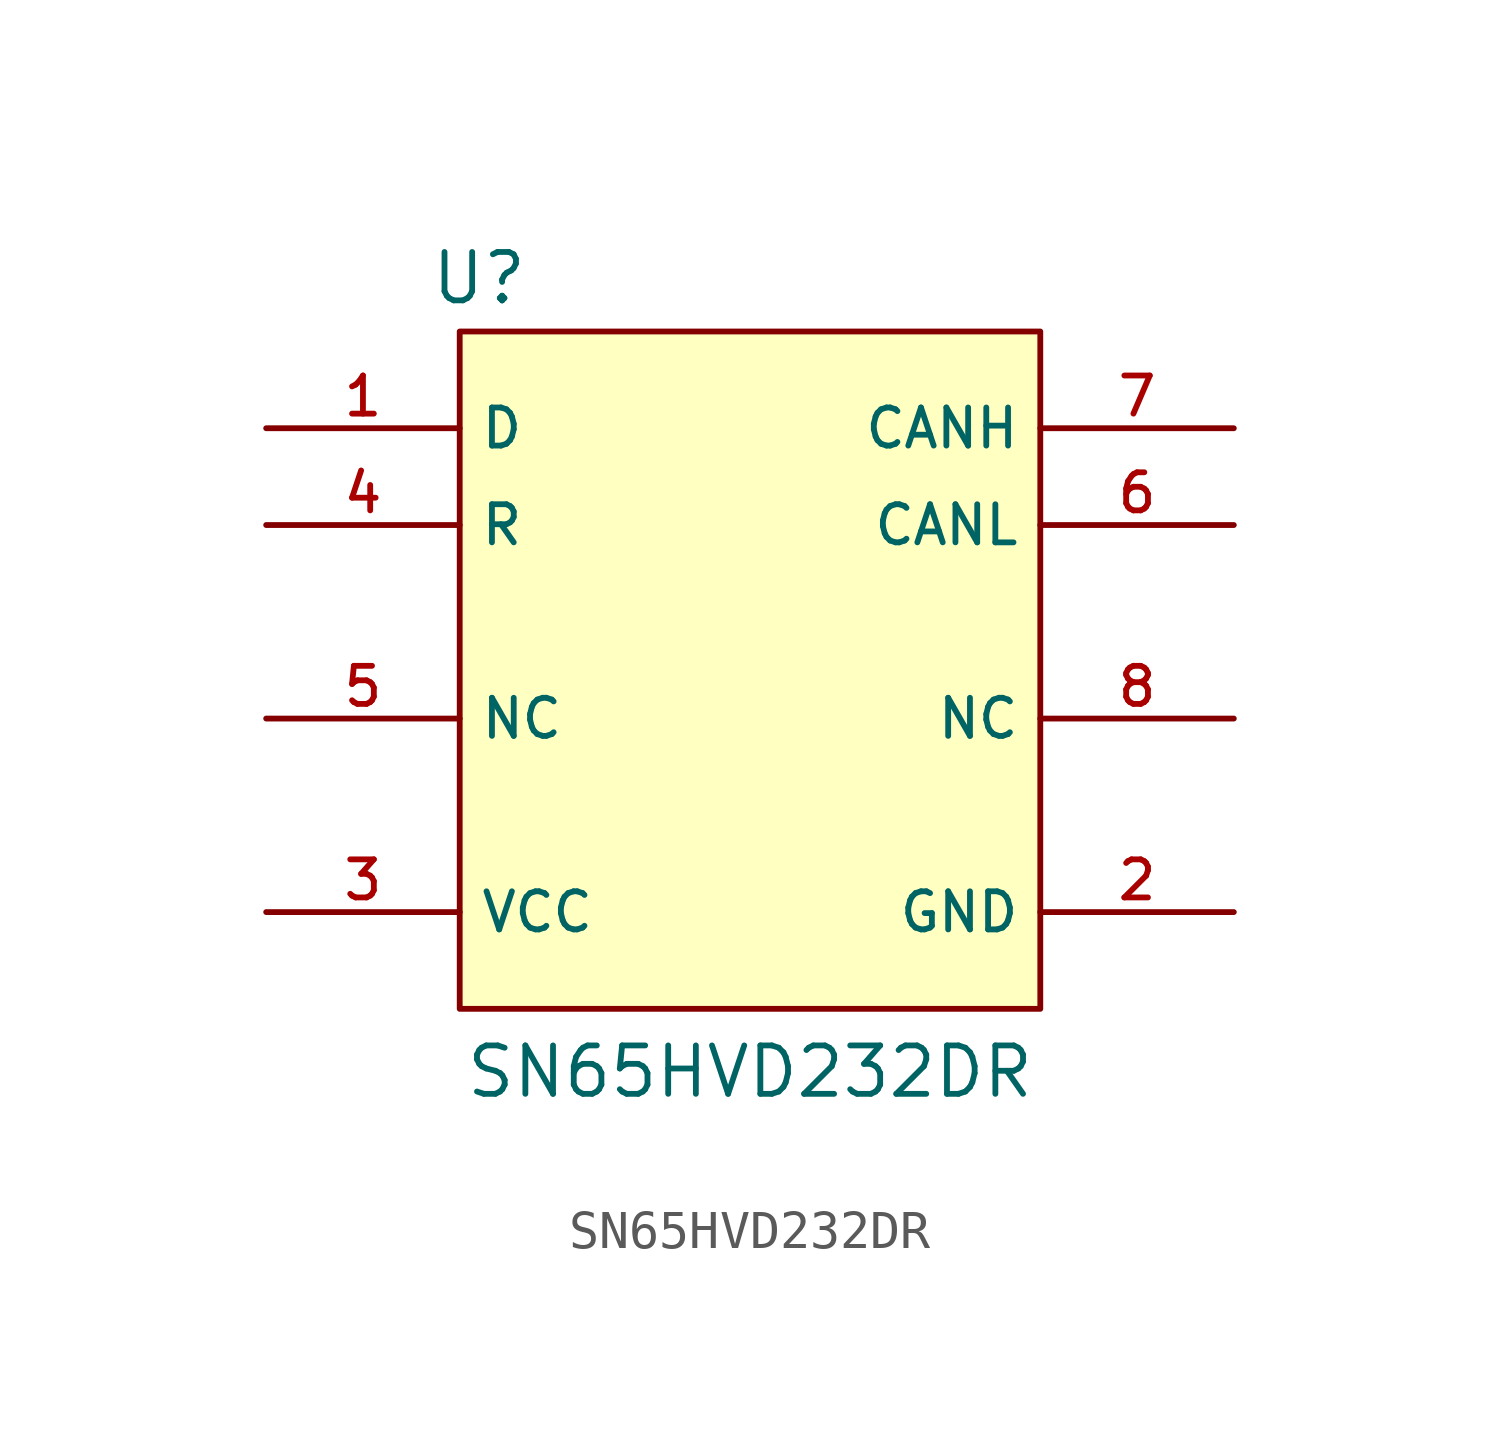
<source format=kicad_sym>
(kicad_symbol_lib
  (version 20220914)
  (generator kicad_symbol_editor)
  (symbol "SN65HVD232DR"
    (property "Reference" "U"
      (at -7.112 10.287 0)
      (effects (font (size 1.27 1.27))))
    (property "Value" "SN65HVD232DR"
      (at 0 -10.541 0)
      (effects (font (size 1.27 1.27))))
    (symbol "SN65HVD232DR_0_1"
      (rectangle (start -7.62 8.89) (end 7.62 -8.89) (stroke (width 0) (type default)) (fill (type background)))
      (pin unspecified line (at -12.7 6.35 0) (length 5.08) (name "D" (effects (font (size 1 1)))) (number "1" (effects (font (size 1 1)))))
      (pin power_in line (at 12.7 -6.35 180) (length 5.08) (name "GND" (effects (font (size 1 1)))) (number "2" (effects (font (size 1 1)))))
      (pin power_in line (at -12.7 -6.35 0) (length 5.08) (name "VCC" (effects (font (size 1 1)))) (number "3" (effects (font (size 1 1)))))
      (pin output line (at -12.7 3.81 0) (length 5.08) (name "R" (effects (font (size 1 1)))) (number "4" (effects (font (size 1 1)))))
      (pin unspecified line (at -12.7 -1.27 0) (length 5.08) (name "NC" (effects (font (size 1 1)))) (number "5" (effects (font (size 1 1)))))
      (pin bidirectional line (at 12.7 3.81 180) (length 5.08) (name "CANL" (effects (font (size 1 1)))) (number "6" (effects (font (size 1 1)))))
      (pin bidirectional line (at 12.7 6.35 180) (length 5.08) (name "CANH" (effects (font (size 1 1)))) (number "7" (effects (font (size 1 1)))))
      (pin unspecified line (at 12.7 -1.27 180) (length 5.08) (name "NC" (effects (font (size 1 1)))) (number "8" (effects (font (size 1 1))))))))
</source>
